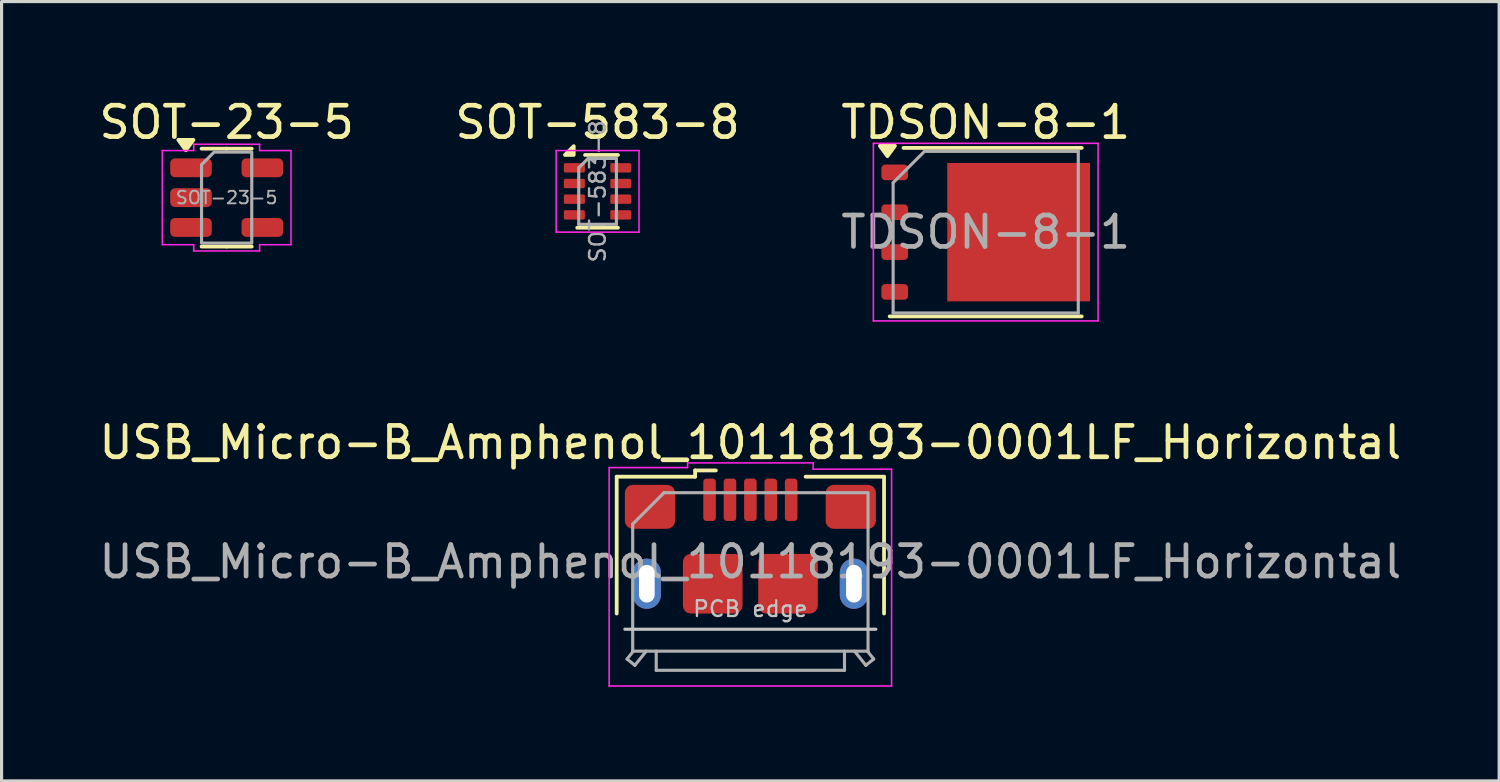
<source format=kicad_pcb>
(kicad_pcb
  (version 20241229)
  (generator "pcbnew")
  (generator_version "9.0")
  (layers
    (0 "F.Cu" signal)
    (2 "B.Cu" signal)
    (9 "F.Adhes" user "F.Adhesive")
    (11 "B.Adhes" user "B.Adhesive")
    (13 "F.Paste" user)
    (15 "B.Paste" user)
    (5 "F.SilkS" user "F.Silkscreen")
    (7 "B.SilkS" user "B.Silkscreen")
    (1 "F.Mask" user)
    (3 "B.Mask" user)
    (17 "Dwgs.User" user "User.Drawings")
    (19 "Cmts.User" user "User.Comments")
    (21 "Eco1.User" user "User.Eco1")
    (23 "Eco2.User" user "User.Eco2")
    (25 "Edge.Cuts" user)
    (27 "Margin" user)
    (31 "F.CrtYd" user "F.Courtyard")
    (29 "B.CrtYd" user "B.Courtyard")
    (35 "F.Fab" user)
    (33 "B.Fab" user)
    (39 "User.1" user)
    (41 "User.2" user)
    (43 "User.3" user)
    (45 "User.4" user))
  (footprint "TDSON-8-1"
    (layer "F.Cu")
    (at 28.363 4.348)
    (property "Reference" "TDSON-8-1" (at 0 -3.5 0) (layer "F.SilkS") (effects (font (size 1 1) (thickness 0.15))))
    (attr smd)
    (fp_line (start 3.06 -2.685) (end -2.62 -2.685) (stroke (width 0.12) (type solid)) (layer "F.SilkS"))
    (fp_line (start 3.06 2.685) (end -3.06 2.685) (stroke (width 0.12) (type solid)) (layer "F.SilkS"))
    (fp_poly (pts (xy -3.132 -2.42) (xy -3.372 -2.75) (xy -2.892 -2.75) (xy -3.132 -2.42)) (stroke (width 0.12) (type solid)) (fill yes) (layer "F.SilkS"))
    (fp_line (start -3.58 -2.83) (end -3.58 2.83) (stroke (width 0.05) (type solid)) (layer "F.CrtYd"))
    (fp_line (start -3.58 2.83) (end 3.58 2.83) (stroke (width 0.05) (type solid)) (layer "F.CrtYd"))
    (fp_line (start 3.58 -2.83) (end -3.58 -2.83) (stroke (width 0.05) (type solid)) (layer "F.CrtYd"))
    (fp_line (start 3.58 2.83) (end 3.58 -2.83) (stroke (width 0.05) (type solid)) (layer "F.CrtYd"))
    (fp_line (start -2.95 2.575) (end -2.95 -1.575) (stroke (width 0.1) (type solid)) (layer "F.Fab"))
    (fp_line (start -1.95 -2.575) (end -2.95 -1.575) (stroke (width 0.1) (type solid)) (layer "F.Fab"))
    (fp_line (start -1.95 -2.575) (end 2.95 -2.575) (stroke (width 0.1) (type solid)) (layer "F.Fab"))
    (fp_line (start 2.95 -2.575) (end 2.95 2.575) (stroke (width 0.1) (type solid)) (layer "F.Fab"))
    (fp_line (start 2.95 2.575) (end -2.95 2.575) (stroke (width 0.1) (type solid)) (layer "F.Fab"))
    (fp_text user "${REFERENCE}" (at 0 0 0) (layer "F.Fab") (effects (font (size 1 1) (thickness 0.15))))
    (pad "" smd roundrect (at -0.2 -0.85) (size 1.5 1.5) (layers "F.Paste") (roundrect_rratio 0.25))
    (pad "" smd roundrect (at -0.2 0.85) (size 1.5 1.5) (layers "F.Paste") (roundrect_rratio 0.25))
    (pad "" smd custom (at 0.65 0) (size 3.75 4.41) (layers "F.Mask") (options (anchor rect)) (primitives (gr_poly (pts (xy 2.675 -1.605) (xy 1.875 -1.605) (xy 1.875 -2.205) (xy 2.675 -2.205)) (width 0) (fill yes)) (gr_poly (pts (xy 2.675 -0.335) (xy 1.875 -0.335) (xy 1.875 -0.935) (xy 2.675 -0.935)) (width 0) (fill yes)) (gr_poly (pts (xy 2.675 0.935) (xy 1.875 0.935) (xy 1.875 0.335) (xy 2.675 0.335)) (width 0) (fill yes)) (gr_poly (pts (xy 2.675 2.205) (xy 1.875 2.205) (xy 1.875 1.605) (xy 2.675 1.605)) (width 0) (fill yes))))
    (pad "" smd roundrect (at 1.5 -0.85) (size 1.5 1.5) (layers "F.Paste") (roundrect_rratio 0.25))
    (pad "" smd roundrect (at 1.5 0.85) (size 1.5 1.5) (layers "F.Paste") (roundrect_rratio 0.25))
    (pad "" smd roundrect (at 2.905 -1.905) (size 0.75 0.5) (layers "F.Paste") (roundrect_rratio 0.25))
    (pad "" smd roundrect (at 2.905 -0.635) (size 0.75 0.5) (layers "F.Paste") (roundrect_rratio 0.25))
    (pad "" smd roundrect (at 2.905 0.635) (size 0.75 0.5) (layers "F.Paste") (roundrect_rratio 0.25))
    (pad "" smd roundrect (at 2.905 1.905) (size 0.75 0.5) (layers "F.Paste") (roundrect_rratio 0.25))
    (pad "1" smd roundrect (at -2.9 -1.905) (size 0.85 0.5) (layers "F.Cu" "F.Mask" "F.Paste") (roundrect_rratio 0.25))
    (pad "2" smd roundrect (at -2.9 -0.635) (size 0.85 0.5) (layers "F.Cu" "F.Mask" "F.Paste") (roundrect_rratio 0.25))
    (pad "3" smd roundrect (at -2.9 0.635) (size 0.85 0.5) (layers "F.Cu" "F.Mask" "F.Paste") (roundrect_rratio 0.25))
    (pad "4" smd roundrect (at -2.9 1.905) (size 0.85 0.5) (layers "F.Cu" "F.Mask" "F.Paste") (roundrect_rratio 0.25))
    (pad "5" smd rect (at 1.05 0) (size 4.55 4.41) (layers "F.Cu")))
  (footprint "SOT-583-8"
    (layer "F.Cu")
    (at 15.994 3.048)
    (property "Reference" "SOT-583-8" (at 0 -2.2 0) (unlocked yes) (layer "F.SilkS") (effects (font (size 1 1) (thickness 0.15))))
    (attr smd)
    (fp_line (start 0.65 -1.16) (end -0.4 -1.16) (stroke (width 0.12) (type default)) (layer "F.SilkS"))
    (fp_line (start 0.65 1.16) (end -0.65 1.16) (stroke (width 0.12) (type default)) (layer "F.SilkS"))
    (fp_poly (pts (xy -0.76 -1.16) (xy -1.04 -1.16) (xy -0.76 -1.44) (xy -0.76 -1.16)) (stroke (width 0.12) (type solid)) (fill yes) (layer "F.SilkS"))
    (fp_line (start -1.32 -1.3) (end 1.32 -1.3) (stroke (width 0.05) (type default)) (layer "F.CrtYd"))
    (fp_line (start -1.32 1.3) (end -1.32 -1.3) (stroke (width 0.05) (type default)) (layer "F.CrtYd"))
    (fp_line (start 1.32 -1.3) (end 1.32 1.3) (stroke (width 0.05) (type default)) (layer "F.CrtYd"))
    (fp_line (start 1.32 1.3) (end -1.32 1.3) (stroke (width 0.05) (type default)) (layer "F.CrtYd"))
    (fp_line (start -0.6 -0.75) (end -0.6 1.05) (stroke (width 0.1) (type default)) (layer "F.Fab"))
    (fp_line (start -0.6 1.05) (end 0.6 1.05) (stroke (width 0.1) (type default)) (layer "F.Fab"))
    (fp_line (start -0.3 -1.05) (end -0.6 -0.75) (stroke (width 0.1) (type default)) (layer "F.Fab"))
    (fp_line (start 0.6 -1.05) (end -0.3 -1.05) (stroke (width 0.1) (type default)) (layer "F.Fab"))
    (fp_line (start 0.6 -1.05) (end 0.6 1.05) (stroke (width 0.1) (type default)) (layer "F.Fab"))
    (fp_text user "${REFERENCE}" (at 0 0 90) (unlocked yes) (layer "F.Fab") (effects (font (size 0.5 0.5) (thickness 0.075))))
    (pad "1" smd roundrect (at -0.74 -0.75) (size 0.67 0.3) (layers "F.Cu" "F.Mask" "F.Paste") (roundrect_rratio 0.167))
    (pad "2" smd roundrect (at -0.74 -0.25) (size 0.67 0.3) (layers "F.Cu" "F.Mask" "F.Paste") (roundrect_rratio 0.167))
    (pad "3" smd roundrect (at -0.74 0.25) (size 0.67 0.3) (layers "F.Cu" "F.Mask" "F.Paste") (roundrect_rratio 0.167))
    (pad "4" smd roundrect (at -0.74 0.75) (size 0.67 0.3) (layers "F.Cu" "F.Mask" "F.Paste") (roundrect_rratio 0.167))
    (pad "5" smd roundrect (at 0.74 0.75) (size 0.67 0.3) (layers "F.Cu" "F.Mask" "F.Paste") (roundrect_rratio 0.167))
    (pad "6" smd roundrect (at 0.74 0.25) (size 0.67 0.3) (layers "F.Cu" "F.Mask" "F.Paste") (roundrect_rratio 0.167))
    (pad "7" smd roundrect (at 0.74 -0.25) (size 0.67 0.3) (layers "F.Cu" "F.Mask" "F.Paste") (roundrect_rratio 0.167))
    (pad "8" smd roundrect (at 0.74 -0.75) (size 0.67 0.3) (layers "F.Cu" "F.Mask" "F.Paste") (roundrect_rratio 0.167)))
  (footprint "USB_Micro-B_Amphenol_10118193-0001LF_Horizontal"
    (layer "F.Cu")
    (at 20.863 15.552)
    (property "Reference" "USB_Micro-B_Amphenol_10118193-0001LF_Horizontal" (at 0 -4.5 180) (layer "F.SilkS") (effects (font (size 1 1) (thickness 0.15))))
    (attr smd)
    (fp_line (start -4.26 -3.41) (end -4.26 0.95) (stroke (width 0.12) (type solid)) (layer "F.SilkS"))
    (fp_line (start -4.26 -3.41) (end -1.76 -3.41) (stroke (width 0.12) (type default)) (layer "F.SilkS"))
    (fp_line (start -1.76 -3.41) (end -1.76 -3.61) (stroke (width 0.12) (type default)) (layer "F.SilkS"))
    (fp_line (start -1.1 -3.61) (end -1.76 -3.61) (stroke (width 0.12) (type default)) (layer "F.SilkS"))
    (fp_line (start 1.76 -3.41) (end 4.26 -3.41) (stroke (width 0.12) (type default)) (layer "F.SilkS"))
    (fp_line (start 4.26 -3.41) (end 4.26 0.95) (stroke (width 0.12) (type solid)) (layer "F.SilkS"))
    (fp_line (start -4 1.45) (end 4 1.45) (stroke (width 0.1) (type solid)) (layer "Dwgs.User"))
    (fp_line (start -4.5 -3.7) (end -4.5 3.26) (stroke (width 0.05) (type solid)) (layer "F.CrtYd"))
    (fp_line (start -4.5 -3.7) (end -2 -3.7) (stroke (width 0.05) (type default)) (layer "F.CrtYd"))
    (fp_line (start -2 -3.85) (end 2 -3.85) (stroke (width 0.05) (type solid)) (layer "F.CrtYd"))
    (fp_line (start -2 -3.7) (end -2 -3.85) (stroke (width 0.05) (type default)) (layer "F.CrtYd"))
    (fp_line (start 2 -3.65) (end 2 -3.85) (stroke (width 0.05) (type default)) (layer "F.CrtYd"))
    (fp_line (start 4.5 -3.65) (end 2 -3.65) (stroke (width 0.05) (type default)) (layer "F.CrtYd"))
    (fp_line (start 4.5 3.26) (end -4.5 3.26) (stroke (width 0.05) (type solid)) (layer "F.CrtYd"))
    (fp_line (start 4.5 3.26) (end 4.5 -3.65) (stroke (width 0.05) (type solid)) (layer "F.CrtYd"))
    (fp_line (start -3.93 2.4) (end -3.68 2.6) (stroke (width 0.1) (type solid)) (layer "F.Fab"))
    (fp_line (start -3.75 -1.9) (end -3.75 2.15) (stroke (width 0.1) (type solid)) (layer "F.Fab"))
    (fp_line (start -3.75 -1.9) (end -2.75 -2.9) (stroke (width 0.1) (type default)) (layer "F.Fab"))
    (fp_line (start -3.75 2.15) (end 3.75 2.15) (stroke (width 0.1) (type solid)) (layer "F.Fab"))
    (fp_line (start -3.73 2.15) (end -3.93 2.4) (stroke (width 0.1) (type solid)) (layer "F.Fab"))
    (fp_line (start -3.32 2.15) (end -3.68 2.6) (stroke (width 0.1) (type solid)) (layer "F.Fab"))
    (fp_line (start -3 2.15) (end -3 2.76) (stroke (width 0.1) (type solid)) (layer "F.Fab"))
    (fp_line (start -3 2.76) (end 3 2.76) (stroke (width 0.1) (type solid)) (layer "F.Fab"))
    (fp_line (start 3 2.15) (end 3 2.76) (stroke (width 0.1) (type solid)) (layer "F.Fab"))
    (fp_line (start 3.32 2.15) (end 3.68 2.6) (stroke (width 0.1) (type solid)) (layer "F.Fab"))
    (fp_line (start 3.73 -2.9) (end -2.75 -2.9) (stroke (width 0.1) (type solid)) (layer "F.Fab"))
    (fp_line (start 3.73 2.15) (end 3.93 2.4) (stroke (width 0.1) (type solid)) (layer "F.Fab"))
    (fp_line (start 3.75 2.15) (end 3.75 -2.9) (stroke (width 0.1) (type solid)) (layer "F.Fab"))
    (fp_line (start 3.93 2.4) (end 3.68 2.6) (stroke (width 0.1) (type solid)) (layer "F.Fab"))
    (fp_text user "PCB edge" (at 0 0.8 180) (layer "Dwgs.User") (effects (font (size 0.5 0.5) (thickness 0.075))))
    (fp_text user "${REFERENCE}" (at 0 -0.7 180) (layer "F.Fab") (effects (font (size 1 1) (thickness 0.15))))
    (pad "1" smd roundrect (at -1.3 -2.675) (size 0.4 1.35) (layers "F.Cu" "F.Mask" "F.Paste") (roundrect_rratio 0.25))
    (pad "2" smd roundrect (at -0.65 -2.675) (size 0.4 1.35) (layers "F.Cu" "F.Mask" "F.Paste") (roundrect_rratio 0.25))
    (pad "3" smd roundrect (at 0 -2.675) (size 0.4 1.35) (layers "F.Cu" "F.Mask" "F.Paste") (roundrect_rratio 0.25))
    (pad "4" smd roundrect (at 0.65 -2.675) (size 0.4 1.35) (layers "F.Cu" "F.Mask" "F.Paste") (roundrect_rratio 0.25))
    (pad "5" smd roundrect (at 1.3 -2.675) (size 0.4 1.35) (layers "F.Cu" "F.Mask" "F.Paste") (roundrect_rratio 0.25))
    (pad "6" thru_hole oval (at -3.3 0 90) (size 1.6 0.9) (drill oval 1.2 0.5) (property pad_prop_heatsink) (layers "*.Cu" "*.Mask" "F.Paste"))
    (pad "6" smd roundrect (at -3.2 -2.45) (size 1.6 1.4) (layers "F.Cu" "F.Mask" "F.Paste") (roundrect_rratio 0.179))
    (pad "6" smd roundrect (at -1.2 0) (size 1.9 1.9) (layers "F.Cu" "F.Mask" "F.Paste") (roundrect_rratio 0.132))
    (pad "6" smd roundrect (at 1.2 0) (size 1.9 1.9) (layers "F.Cu" "F.Mask" "F.Paste") (roundrect_rratio 0.132))
    (pad "6" smd roundrect (at 3.2 -2.45) (size 1.6 1.4) (layers "F.Cu" "F.Mask" "F.Paste") (roundrect_rratio 0.179))
    (pad "6" thru_hole oval (at 3.3 0 90) (size 1.6 0.9) (drill oval 1.2 0.5) (property pad_prop_heatsink) (layers "*.Cu" "*.Mask" "F.Paste")))
  (footprint "SOT-23-5"
    (layer "F.Cu")
    (at 4.173 3.248)
    (property "Reference" "SOT-23-5" (at 0 -2.4 0) (layer "F.SilkS") (effects (font (size 1 1) (thickness 0.15))))
    (attr smd)
    (fp_line (start 0 -1.56) (end -0.8 -1.56) (stroke (width 0.12) (type solid)) (layer "F.SilkS"))
    (fp_line (start 0 -1.56) (end 0.8 -1.56) (stroke (width 0.12) (type solid)) (layer "F.SilkS"))
    (fp_line (start 0 1.56) (end -0.8 1.56) (stroke (width 0.12) (type solid)) (layer "F.SilkS"))
    (fp_line (start 0 1.56) (end 0.8 1.56) (stroke (width 0.12) (type solid)) (layer "F.SilkS"))
    (fp_poly (pts (xy -1.3 -1.51) (xy -1.54 -1.84) (xy -1.06 -1.84)) (stroke (width 0.12) (type solid)) (fill yes) (layer "F.SilkS"))
    (fp_line (start -2.05 -1.5) (end -1.05 -1.5) (stroke (width 0.05) (type solid)) (layer "F.CrtYd"))
    (fp_line (start -2.05 1.5) (end -2.05 -1.5) (stroke (width 0.05) (type solid)) (layer "F.CrtYd"))
    (fp_line (start -1.05 -1.7) (end 1.05 -1.7) (stroke (width 0.05) (type solid)) (layer "F.CrtYd"))
    (fp_line (start -1.05 -1.5) (end -1.05 -1.7) (stroke (width 0.05) (type solid)) (layer "F.CrtYd"))
    (fp_line (start -1.05 1.5) (end -2.05 1.5) (stroke (width 0.05) (type solid)) (layer "F.CrtYd"))
    (fp_line (start -1.05 1.7) (end -1.05 1.5) (stroke (width 0.05) (type solid)) (layer "F.CrtYd"))
    (fp_line (start 1.05 -1.7) (end 1.05 -1.5) (stroke (width 0.05) (type solid)) (layer "F.CrtYd"))
    (fp_line (start 1.05 -1.5) (end 2.05 -1.5) (stroke (width 0.05) (type solid)) (layer "F.CrtYd"))
    (fp_line (start 1.05 1.5) (end 1.05 1.7) (stroke (width 0.05) (type solid)) (layer "F.CrtYd"))
    (fp_line (start 1.05 1.7) (end -1.05 1.7) (stroke (width 0.05) (type solid)) (layer "F.CrtYd"))
    (fp_line (start 2.05 -1.5) (end 2.05 1.5) (stroke (width 0.05) (type solid)) (layer "F.CrtYd"))
    (fp_line (start 2.05 1.5) (end 1.05 1.5) (stroke (width 0.05) (type solid)) (layer "F.CrtYd"))
    (fp_poly (pts (xy -0.8 -1.05) (xy -0.8 1.45) (xy 0.8 1.45) (xy 0.8 -1.45) (xy -0.4 -1.45)) (stroke (width 0.1) (type solid)) (fill no) (layer "F.Fab"))
    (fp_text user "${REFERENCE}" (at 0 0 0) (layer "F.Fab") (effects (font (size 0.4 0.4) (thickness 0.06))))
    (pad "1" smd roundrect (at -1.137 -0.95) (size 1.325 0.6) (layers "F.Cu" "F.Mask" "F.Paste") (roundrect_rratio 0.25))
    (pad "2" smd roundrect (at -1.137 0) (size 1.325 0.6) (layers "F.Cu" "F.Mask" "F.Paste") (roundrect_rratio 0.25))
    (pad "3" smd roundrect (at -1.137 0.95) (size 1.325 0.6) (layers "F.Cu" "F.Mask" "F.Paste") (roundrect_rratio 0.25))
    (pad "4" smd roundrect (at 1.137 0.95) (size 1.325 0.6) (layers "F.Cu" "F.Mask" "F.Paste") (roundrect_rratio 0.25))
    (pad "5" smd roundrect (at 1.137 -0.95) (size 1.325 0.6) (layers "F.Cu" "F.Mask" "F.Paste") (roundrect_rratio 0.25)))
  (gr_rect
    (start -3 -3)
    (end 44.726 21.837)
    (stroke (width 0.1) (type default))
    (fill no)
    (layer "Edge.Cuts")))
</source>
